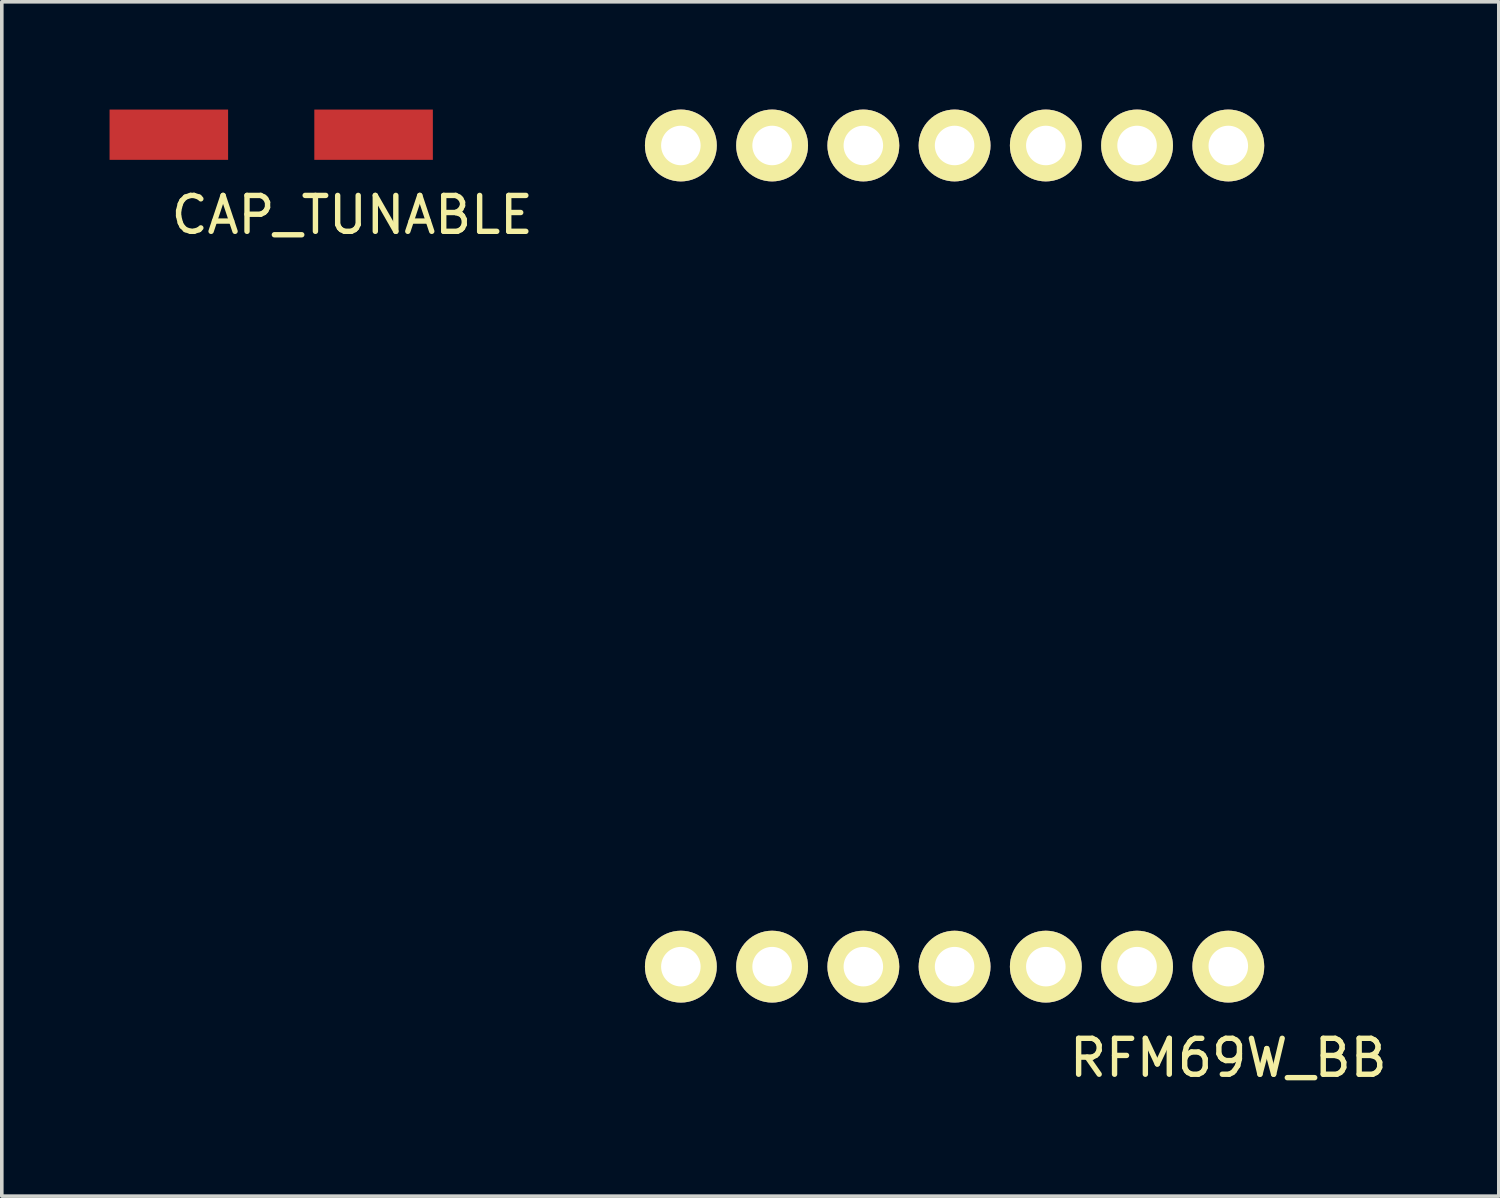
<source format=kicad_pcb>
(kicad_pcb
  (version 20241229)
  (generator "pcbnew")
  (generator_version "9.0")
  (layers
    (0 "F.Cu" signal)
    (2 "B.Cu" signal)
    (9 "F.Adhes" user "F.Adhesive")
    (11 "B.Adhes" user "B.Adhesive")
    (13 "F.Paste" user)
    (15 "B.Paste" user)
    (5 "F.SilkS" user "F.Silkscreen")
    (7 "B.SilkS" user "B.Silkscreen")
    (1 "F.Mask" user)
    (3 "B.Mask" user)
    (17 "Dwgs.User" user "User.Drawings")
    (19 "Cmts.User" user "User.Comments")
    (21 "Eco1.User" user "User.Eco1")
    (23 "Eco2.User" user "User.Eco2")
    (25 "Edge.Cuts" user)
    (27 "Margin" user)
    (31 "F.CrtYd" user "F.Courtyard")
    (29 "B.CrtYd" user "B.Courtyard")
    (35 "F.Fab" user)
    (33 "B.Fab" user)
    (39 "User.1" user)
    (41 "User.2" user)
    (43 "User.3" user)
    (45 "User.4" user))
  (footprint "CAP_TUNABLE"
    (layer "F.Cu")
    (at 1.65 0.7)
    (property "Reference" "CAP_TUNABLE" (at 5.105 2.235 0) (layer "F.SilkS") (effects (font (size 1 1) (thickness 0.15))))
    (attr through_hole)
    (pad "1" smd rect (at 0 0) (size 3.3 1.4) (layers "F.Cu" "F.Mask" "F.Paste"))
    (pad "2" smd rect (at 5.7 0) (size 3.3 1.4) (layers "F.Cu" "F.Mask" "F.Paste")))
  (footprint "RFM69W_BB"
    (layer "F.Cu")
    (at 23.524 13.7)
    (property "Reference" "RFM69W_BB" (at 7.62 12.7 0) (layer "F.SilkS") (effects (font (size 1 1) (thickness 0.15))))
    (attr through_hole)
    (pad "1" thru_hole circle (at -7.62 10.16) (size 2 2) (drill 1.1) (layers "*.Cu" "*.Mask" "F.SilkS"))
    (pad "2" thru_hole circle (at -5.08 10.16) (size 2 2) (drill 1.1) (layers "*.Cu" "*.Mask" "F.SilkS"))
    (pad "3" thru_hole circle (at -2.54 10.16) (size 2 2) (drill 1.1) (layers "*.Cu" "*.Mask" "F.SilkS"))
    (pad "4" thru_hole circle (at 0 10.16) (size 2 2) (drill 1.1) (layers "*.Cu" "*.Mask" "F.SilkS"))
    (pad "5" thru_hole circle (at 2.54 10.16) (size 2 2) (drill 1.1) (layers "*.Cu" "*.Mask" "F.SilkS"))
    (pad "6" thru_hole circle (at 5.08 10.16) (size 2 2) (drill 1.1) (layers "*.Cu" "*.Mask" "F.SilkS"))
    (pad "7" thru_hole circle (at 7.62 10.16) (size 2 2) (drill 1.1) (layers "*.Cu" "*.Mask" "F.SilkS"))
    (pad "8" thru_hole circle (at 7.62 -12.7) (size 2 2) (drill 1.1) (layers "*.Cu" "*.Mask" "F.SilkS"))
    (pad "9" thru_hole circle (at 5.08 -12.7) (size 2 2) (drill 1.1) (layers "*.Cu" "*.Mask" "F.SilkS"))
    (pad "10" thru_hole circle (at 2.54 -12.7) (size 2 2) (drill 1.1) (layers "*.Cu" "*.Mask" "F.SilkS"))
    (pad "11" thru_hole circle (at 0 -12.7) (size 2 2) (drill 1.1) (layers "*.Cu" "*.Mask" "F.SilkS"))
    (pad "12" thru_hole circle (at -2.54 -12.7) (size 2 2) (drill 1.1) (layers "*.Cu" "*.Mask" "F.SilkS"))
    (pad "13" thru_hole circle (at -5.08 -12.7) (size 2 2) (drill 1.1) (layers "*.Cu" "*.Mask" "F.SilkS"))
    (pad "14" thru_hole circle (at -7.62 -12.7) (size 2 2) (drill 1.1) (layers "*.Cu" "*.Mask" "F.SilkS")))
  (gr_rect
    (start -3 -3)
    (end 38.674 30.248)
    (stroke (width 0.1) (type default))
    (fill no)
    (layer "Edge.Cuts")))
</source>
